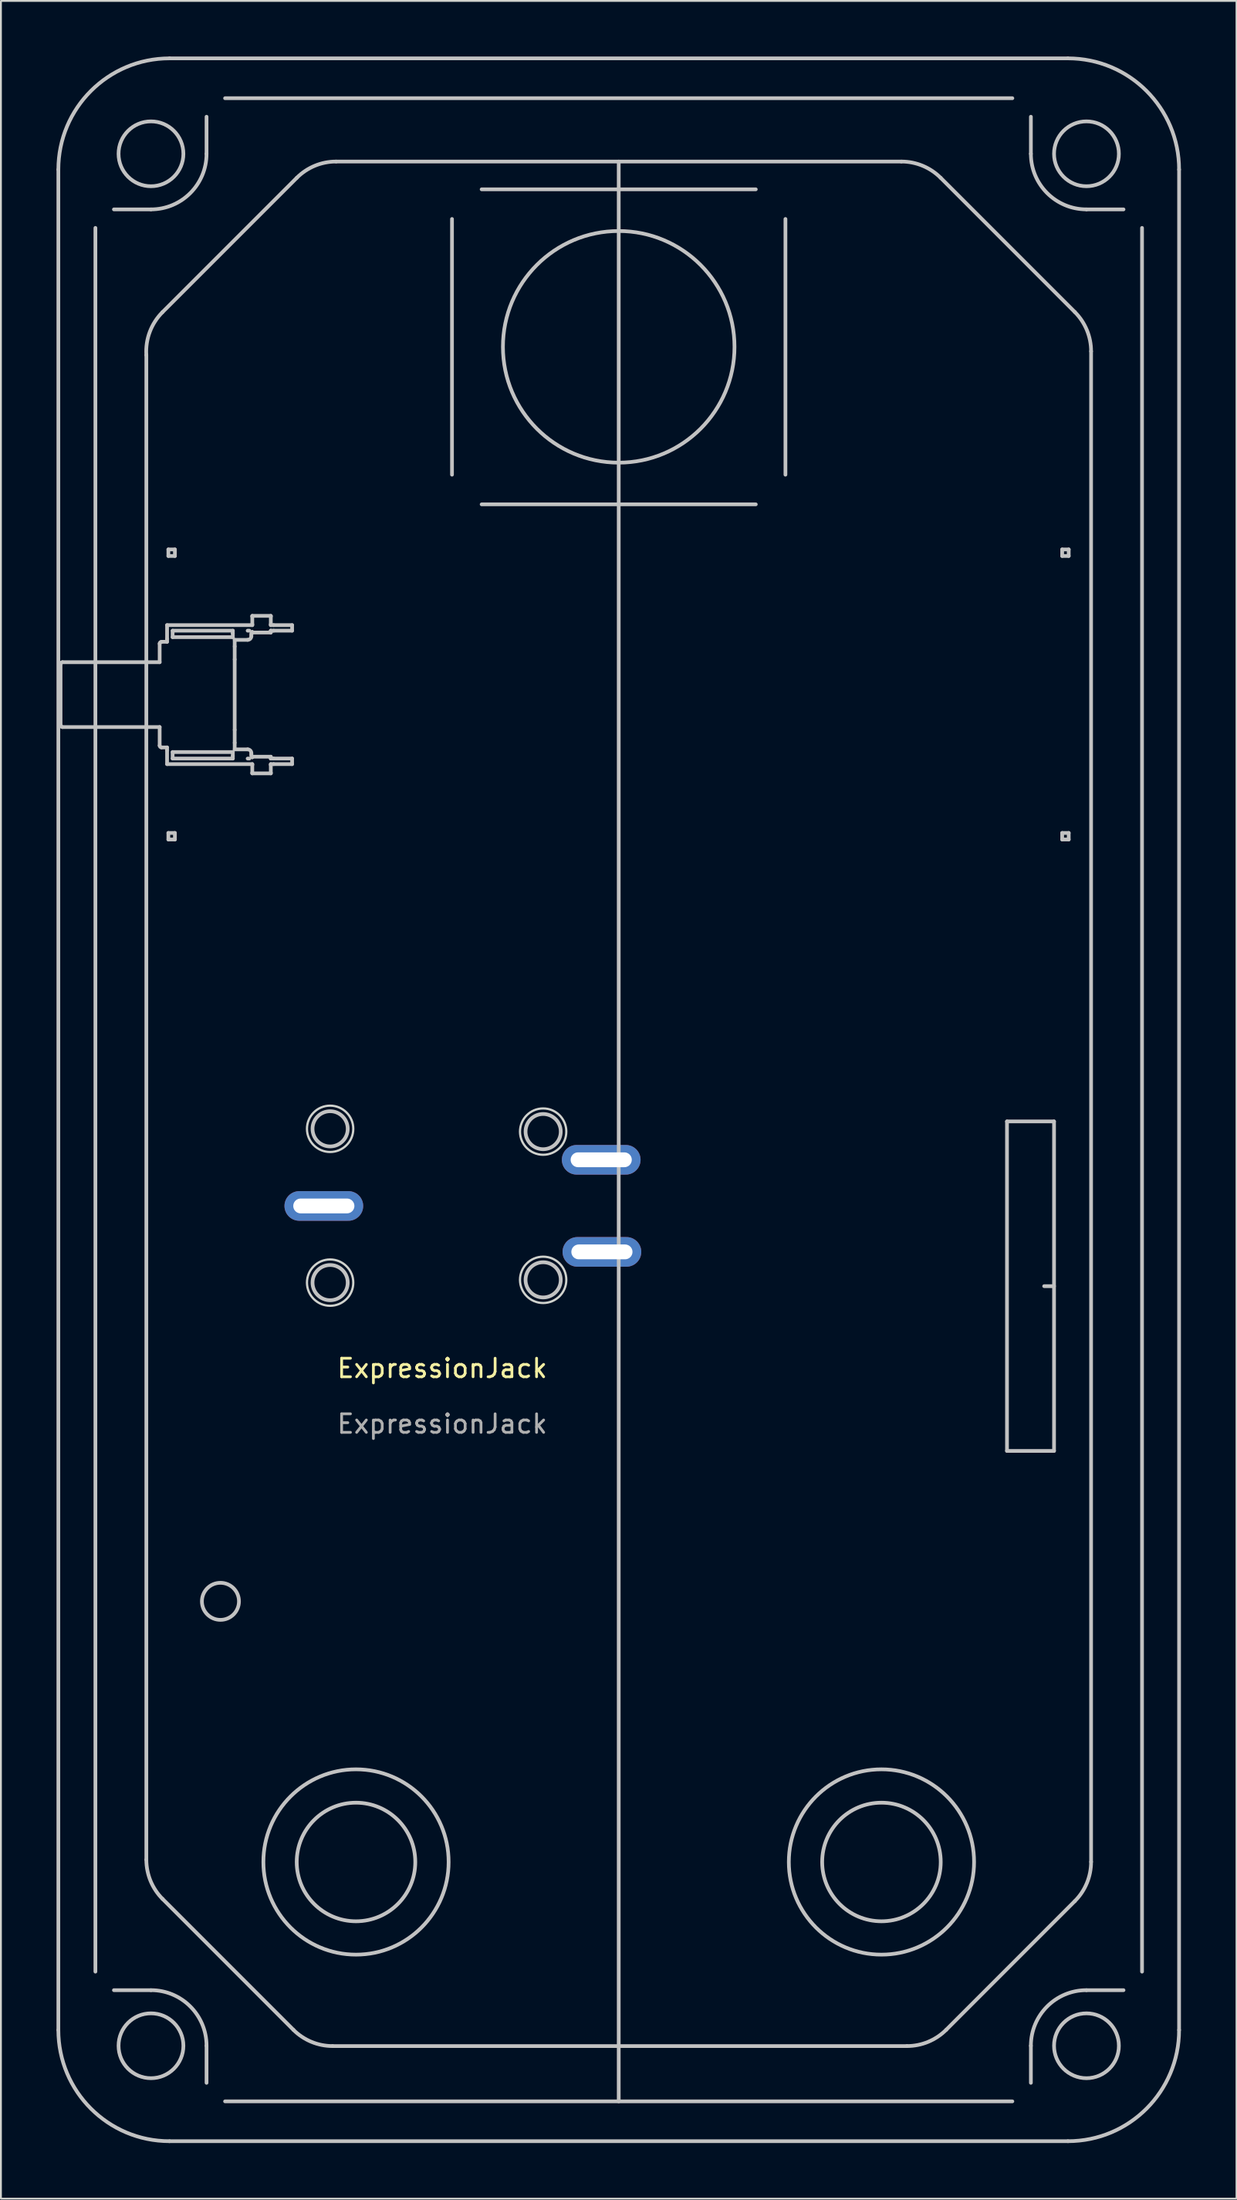
<source format=kicad_pcb>
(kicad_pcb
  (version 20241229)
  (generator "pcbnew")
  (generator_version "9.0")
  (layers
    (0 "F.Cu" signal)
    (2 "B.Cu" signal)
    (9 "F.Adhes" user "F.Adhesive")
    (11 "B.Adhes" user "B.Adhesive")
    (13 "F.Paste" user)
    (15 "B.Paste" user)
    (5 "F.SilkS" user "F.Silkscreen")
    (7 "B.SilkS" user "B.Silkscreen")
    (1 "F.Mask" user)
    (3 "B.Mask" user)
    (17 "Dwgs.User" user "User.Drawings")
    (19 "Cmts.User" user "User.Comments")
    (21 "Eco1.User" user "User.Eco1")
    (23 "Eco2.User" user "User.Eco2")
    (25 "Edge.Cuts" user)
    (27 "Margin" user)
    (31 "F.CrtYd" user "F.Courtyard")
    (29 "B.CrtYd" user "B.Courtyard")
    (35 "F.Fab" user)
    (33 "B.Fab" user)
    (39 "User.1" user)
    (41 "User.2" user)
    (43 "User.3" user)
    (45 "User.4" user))
  (footprint "ExpressionJack"
    (layer "F.Cu")
    (at 20.821 71.292)
    (property "Reference" "ExpressionJack" (at 0 -0.5 0) (unlocked yes) (layer "F.SilkS") (effects (font (size 1 1) (thickness 0.15))))
    (attr through_hole)
    (fp_line (start -20.721 -65.192) (end -20.721 35.208) (stroke (width 0.2) (type solid)) (layer "Dwgs.User"))
    (fp_line (start -20.602 -38.507) (end -20.602 -35.207) (stroke (width 0.2) (type solid)) (layer "Dwgs.User"))
    (fp_line (start -20.502 -38.607) (end -15.252 -38.607) (stroke (width 0.2) (type solid)) (layer "Dwgs.User"))
    (fp_line (start -20.502 -35.107) (end -15.252 -35.107) (stroke (width 0.2) (type solid)) (layer "Dwgs.User"))
    (fp_line (start -18.721 32.058) (end -18.721 -62.043) (stroke (width 0.2) (type solid)) (layer "Dwgs.User"))
    (fp_line (start -17.721 -63.042) (end -15.721 -63.042) (stroke (width 0.2) (type solid)) (layer "Dwgs.User"))
    (fp_line (start -15.971 -55.178) (end -15.971 26.017) (stroke (width 0.2) (type solid)) (layer "Dwgs.User"))
    (fp_line (start -15.721 33.058) (end -17.721 33.058) (stroke (width 0.2) (type solid)) (layer "Dwgs.User"))
    (fp_line (start -15.252 -38.607) (end -15.252 -39.607) (stroke (width 0.2) (type solid)) (layer "Dwgs.User"))
    (fp_line (start -15.252 -34.107) (end -15.252 -35.107) (stroke (width 0.2) (type solid)) (layer "Dwgs.User"))
    (fp_line (start -15.152 -39.707) (end -14.852 -39.707) (stroke (width 0.2) (type solid)) (layer "Dwgs.User"))
    (fp_line (start -15.152 -34.007) (end -14.852 -34.007) (stroke (width 0.2) (type solid)) (layer "Dwgs.User"))
    (fp_line (start -15.092 28.138) (end -8.035 35.195) (stroke (width 0.2) (type solid)) (layer "Dwgs.User"))
    (fp_line (start -14.852 -39.857) (end -14.852 -40.607) (stroke (width 0.2) (type solid)) (layer "Dwgs.User"))
    (fp_line (start -14.852 -39.857) (end -14.852 -39.707) (stroke (width 0.2) (type solid)) (layer "Dwgs.User"))
    (fp_line (start -14.852 -34.007) (end -14.852 -33.857) (stroke (width 0.2) (type solid)) (layer "Dwgs.User"))
    (fp_line (start -14.852 -33.107) (end -14.852 -33.857) (stroke (width 0.2) (type solid)) (layer "Dwgs.User"))
    (fp_line (start -14.852 -33.107) (end -10.252 -33.107) (stroke (width 0.2) (type solid)) (layer "Dwgs.User"))
    (fp_line (start -14.782 -44.691) (end -14.782 -44.338) (stroke (width 0.2) (type solid)) (layer "Dwgs.User"))
    (fp_line (start -14.782 -44.338) (end -14.429 -44.338) (stroke (width 0.2) (type solid)) (layer "Dwgs.User"))
    (fp_line (start -14.782 -29.391) (end -14.782 -29.038) (stroke (width 0.2) (type solid)) (layer "Dwgs.User"))
    (fp_line (start -14.782 -29.038) (end -14.429 -29.038) (stroke (width 0.2) (type solid)) (layer "Dwgs.User"))
    (fp_line (start -14.721 41.208) (end 33.779 41.208) (stroke (width 0.2) (type solid)) (layer "Dwgs.User"))
    (fp_line (start -14.552 -40.307) (end -14.552 -39.957) (stroke (width 0.2) (type solid)) (layer "Dwgs.User"))
    (fp_line (start -14.552 -39.957) (end -11.302 -39.957) (stroke (width 0.2) (type solid)) (layer "Dwgs.User"))
    (fp_line (start -14.552 -33.757) (end -14.552 -33.407) (stroke (width 0.2) (type solid)) (layer "Dwgs.User"))
    (fp_line (start -14.552 -33.407) (end -11.302 -33.407) (stroke (width 0.2) (type solid)) (layer "Dwgs.User"))
    (fp_line (start -14.429 -44.691) (end -14.782 -44.691) (stroke (width 0.2) (type solid)) (layer "Dwgs.User"))
    (fp_line (start -14.429 -44.338) (end -14.429 -44.691) (stroke (width 0.2) (type solid)) (layer "Dwgs.User"))
    (fp_line (start -14.429 -29.391) (end -14.782 -29.391) (stroke (width 0.2) (type solid)) (layer "Dwgs.User"))
    (fp_line (start -14.429 -29.038) (end -14.429 -29.391) (stroke (width 0.2) (type solid)) (layer "Dwgs.User"))
    (fp_line (start -12.721 -66.042) (end -12.721 -68.043) (stroke (width 0.2) (type solid)) (layer "Dwgs.User"))
    (fp_line (start -12.721 38.058) (end -12.721 36.058) (stroke (width 0.2) (type solid)) (layer "Dwgs.User"))
    (fp_line (start -11.721 -69.042) (end 30.779 -69.042) (stroke (width 0.2) (type solid)) (layer "Dwgs.User"))
    (fp_line (start -11.302 -40.307) (end -14.552 -40.307) (stroke (width 0.2) (type solid)) (layer "Dwgs.User"))
    (fp_line (start -11.302 -40.165) (end -11.302 -40.307) (stroke (width 0.2) (type solid)) (layer "Dwgs.User"))
    (fp_line (start -11.302 -39.957) (end -11.302 -40.165) (stroke (width 0.2) (type solid)) (layer "Dwgs.User"))
    (fp_line (start -11.302 -33.757) (end -14.552 -33.757) (stroke (width 0.2) (type solid)) (layer "Dwgs.User"))
    (fp_line (start -11.302 -33.55) (end -11.302 -33.757) (stroke (width 0.2) (type solid)) (layer "Dwgs.User"))
    (fp_line (start -11.302 -33.407) (end -11.302 -33.55) (stroke (width 0.2) (type solid)) (layer "Dwgs.User"))
    (fp_line (start -11.202 -39.812) (end -10.502 -39.812) (stroke (width 0.2) (type solid)) (layer "Dwgs.User"))
    (fp_line (start -11.202 -39.457) (end -11.202 -39.812) (stroke (width 0.2) (type solid)) (layer "Dwgs.User"))
    (fp_line (start -11.202 -38.757) (end -11.202 -39.457) (stroke (width 0.2) (type solid)) (layer "Dwgs.User"))
    (fp_line (start -11.202 -38.757) (end -11.202 -34.957) (stroke (width 0.2) (type solid)) (layer "Dwgs.User"))
    (fp_line (start -11.202 -34.257) (end -11.202 -34.957) (stroke (width 0.2) (type solid)) (layer "Dwgs.User"))
    (fp_line (start -11.202 -33.902) (end -11.202 -34.257) (stroke (width 0.2) (type solid)) (layer "Dwgs.User"))
    (fp_line (start -11.202 -33.902) (end -10.502 -33.902) (stroke (width 0.2) (type solid)) (layer "Dwgs.User"))
    (fp_line (start -10.502 -33.407) (end -10.407 -33.407) (stroke (width 0.2) (type solid)) (layer "Dwgs.User"))
    (fp_line (start -10.407 -40.307) (end -10.502 -40.307) (stroke (width 0.2) (type solid)) (layer "Dwgs.User"))
    (fp_line (start -10.302 -40.012) (end -10.302 -40.107) (stroke (width 0.2) (type solid)) (layer "Dwgs.User"))
    (fp_line (start -10.302 -33.607) (end -10.302 -33.702) (stroke (width 0.2) (type solid)) (layer "Dwgs.User"))
    (fp_line (start -10.252 -41.07) (end -10.252 -41.107) (stroke (width 0.2) (type solid)) (layer "Dwgs.User"))
    (fp_line (start -10.252 -40.654) (end -10.252 -41.07) (stroke (width 0.2) (type solid)) (layer "Dwgs.User"))
    (fp_line (start -10.252 -40.607) (end -14.852 -40.607) (stroke (width 0.2) (type solid)) (layer "Dwgs.User"))
    (fp_line (start -10.252 -40.607) (end -10.252 -40.654) (stroke (width 0.2) (type solid)) (layer "Dwgs.User"))
    (fp_line (start -10.252 -40.207) (end -10.252 -40.239) (stroke (width 0.2) (type solid)) (layer "Dwgs.User"))
    (fp_line (start -10.252 -40.207) (end -9.252 -40.207) (stroke (width 0.2) (type solid)) (layer "Dwgs.User"))
    (fp_line (start -10.252 -33.507) (end -9.252 -33.507) (stroke (width 0.2) (type solid)) (layer "Dwgs.User"))
    (fp_line (start -10.252 -33.475) (end -10.252 -33.507) (stroke (width 0.2) (type solid)) (layer "Dwgs.User"))
    (fp_line (start -10.252 -33.06) (end -10.252 -33.107) (stroke (width 0.2) (type solid)) (layer "Dwgs.User"))
    (fp_line (start -10.252 -32.645) (end -10.252 -33.06) (stroke (width 0.2) (type solid)) (layer "Dwgs.User"))
    (fp_line (start -10.252 -32.607) (end -10.252 -32.645) (stroke (width 0.2) (type solid)) (layer "Dwgs.User"))
    (fp_line (start -9.252 -41.107) (end -10.252 -41.107) (stroke (width 0.2) (type solid)) (layer "Dwgs.User"))
    (fp_line (start -9.252 -41.07) (end -9.252 -41.107) (stroke (width 0.2) (type solid)) (layer "Dwgs.User"))
    (fp_line (start -9.252 -40.654) (end -9.252 -41.07) (stroke (width 0.2) (type solid)) (layer "Dwgs.User"))
    (fp_line (start -9.252 -40.607) (end -9.252 -40.654) (stroke (width 0.2) (type solid)) (layer "Dwgs.User"))
    (fp_line (start -9.252 -40.307) (end -9.101 -40.307) (stroke (width 0.2) (type solid)) (layer "Dwgs.User"))
    (fp_line (start -9.252 -40.305) (end -9.252 -40.307) (stroke (width 0.2) (type solid)) (layer "Dwgs.User"))
    (fp_line (start -9.252 -40.207) (end -9.252 -40.305) (stroke (width 0.2) (type solid)) (layer "Dwgs.User"))
    (fp_line (start -9.252 -33.409) (end -9.252 -33.507) (stroke (width 0.2) (type solid)) (layer "Dwgs.User"))
    (fp_line (start -9.252 -33.407) (end -9.252 -33.409) (stroke (width 0.2) (type solid)) (layer "Dwgs.User"))
    (fp_line (start -9.252 -33.107) (end -9.101 -33.107) (stroke (width 0.2) (type solid)) (layer "Dwgs.User"))
    (fp_line (start -9.252 -33.06) (end -9.252 -33.107) (stroke (width 0.2) (type solid)) (layer "Dwgs.User"))
    (fp_line (start -9.252 -32.645) (end -9.252 -33.06) (stroke (width 0.2) (type solid)) (layer "Dwgs.User"))
    (fp_line (start -9.252 -32.607) (end -10.252 -32.607) (stroke (width 0.2) (type solid)) (layer "Dwgs.User"))
    (fp_line (start -9.252 -32.607) (end -9.252 -32.645) (stroke (width 0.2) (type solid)) (layer "Dwgs.User"))
    (fp_line (start -9.101 -40.607) (end -9.252 -40.607) (stroke (width 0.2) (type solid)) (layer "Dwgs.User"))
    (fp_line (start -9.101 -33.407) (end -9.252 -33.407) (stroke (width 0.2) (type solid)) (layer "Dwgs.User"))
    (fp_line (start -9.101 -33.407) (end -8.102 -33.407) (stroke (width 0.2) (type solid)) (layer "Dwgs.User"))
    (fp_line (start -9.101 -33.107) (end -8.102 -33.107) (stroke (width 0.2) (type solid)) (layer "Dwgs.User"))
    (fp_line (start -8.102 -40.607) (end -9.101 -40.607) (stroke (width 0.2) (type solid)) (layer "Dwgs.User"))
    (fp_line (start -8.102 -40.607) (end -8.102 -40.307) (stroke (width 0.2) (type solid)) (layer "Dwgs.User"))
    (fp_line (start -8.102 -40.307) (end -9.101 -40.307) (stroke (width 0.2) (type solid)) (layer "Dwgs.User"))
    (fp_line (start -8.102 -33.107) (end -8.102 -33.407) (stroke (width 0.2) (type solid)) (layer "Dwgs.User"))
    (fp_line (start -7.85 -64.746) (end -15.099 -57.497) (stroke (width 0.2) (type solid)) (layer "Dwgs.User"))
    (fp_line (start -7.4 -9.525) (end -7.4 -9.025) (stroke (width 0.2) (type solid)) (layer "Dwgs.User"))
    (fp_line (start -7.4 -9.025) (end -5.4 -9.025) (stroke (width 0.2) (type solid)) (layer "Dwgs.User"))
    (fp_line (start -5.914 36.074) (end 25.086 36.074) (stroke (width 0.2) (type solid)) (layer "Dwgs.User"))
    (fp_line (start -5.4 -9.525) (end -7.4 -9.525) (stroke (width 0.2) (type solid)) (layer "Dwgs.User"))
    (fp_line (start -5.4 -9.025) (end -5.4 -9.525) (stroke (width 0.2) (type solid)) (layer "Dwgs.User"))
    (fp_line (start 0.529 -62.525) (end 0.529 -48.725) (stroke (width 0.2) (type solid)) (layer "Dwgs.User"))
    (fp_line (start 2.129 -64.125) (end 16.929 -64.125) (stroke (width 0.2) (type solid)) (layer "Dwgs.User"))
    (fp_line (start 7.4 -11.95) (end 7.4 -11.6) (stroke (width 0.2) (type solid)) (layer "Dwgs.User"))
    (fp_line (start 7.4 -11.6) (end 7.75 -11.6) (stroke (width 0.2) (type solid)) (layer "Dwgs.User"))
    (fp_line (start 7.4 -6.95) (end 7.4 -6.6) (stroke (width 0.2) (type solid)) (layer "Dwgs.User"))
    (fp_line (start 7.4 -6.6) (end 7.75 -6.6) (stroke (width 0.2) (type solid)) (layer "Dwgs.User"))
    (fp_line (start 7.75 -11.95) (end 7.4 -11.95) (stroke (width 0.2) (type solid)) (layer "Dwgs.User"))
    (fp_line (start 7.75 -11.95) (end 7.75 -11.6) (stroke (width 0.2) (type solid)) (layer "Dwgs.User"))
    (fp_line (start 7.75 -11.6) (end 7.75 -11.95) (stroke (width 0.2) (type solid)) (layer "Dwgs.User"))
    (fp_line (start 7.75 -11.6) (end 8.25 -11.6) (stroke (width 0.2) (type solid)) (layer "Dwgs.User"))
    (fp_line (start 7.75 -6.95) (end 7.4 -6.95) (stroke (width 0.2) (type solid)) (layer "Dwgs.User"))
    (fp_line (start 7.75 -6.95) (end 7.75 -6.6) (stroke (width 0.2) (type solid)) (layer "Dwgs.User"))
    (fp_line (start 7.75 -6.6) (end 7.75 -6.95) (stroke (width 0.2) (type solid)) (layer "Dwgs.User"))
    (fp_line (start 7.75 -6.6) (end 8.25 -6.6) (stroke (width 0.2) (type solid)) (layer "Dwgs.User"))
    (fp_line (start 8.25 -11.95) (end 7.75 -11.95) (stroke (width 0.2) (type solid)) (layer "Dwgs.User"))
    (fp_line (start 8.25 -11.95) (end 8.25 -11.6) (stroke (width 0.2) (type solid)) (layer "Dwgs.User"))
    (fp_line (start 8.25 -11.6) (end 8.25 -11.95) (stroke (width 0.2) (type solid)) (layer "Dwgs.User"))
    (fp_line (start 8.25 -11.6) (end 8.35 -11.6) (stroke (width 0.2) (type solid)) (layer "Dwgs.User"))
    (fp_line (start 8.25 -6.95) (end 7.75 -6.95) (stroke (width 0.2) (type solid)) (layer "Dwgs.User"))
    (fp_line (start 8.25 -6.95) (end 8.25 -6.6) (stroke (width 0.2) (type solid)) (layer "Dwgs.User"))
    (fp_line (start 8.25 -6.6) (end 8.25 -6.95) (stroke (width 0.2) (type solid)) (layer "Dwgs.User"))
    (fp_line (start 8.25 -6.6) (end 8.35 -6.6) (stroke (width 0.2) (type solid)) (layer "Dwgs.User"))
    (fp_line (start 8.35 -11.95) (end 8.25 -11.95) (stroke (width 0.2) (type solid)) (layer "Dwgs.User"))
    (fp_line (start 8.35 -11.95) (end 8.35 -11.6) (stroke (width 0.2) (type solid)) (layer "Dwgs.User"))
    (fp_line (start 8.35 -11.6) (end 8.35 -11.95) (stroke (width 0.2) (type solid)) (layer "Dwgs.User"))
    (fp_line (start 8.35 -11.6) (end 8.85 -11.6) (stroke (width 0.2) (type solid)) (layer "Dwgs.User"))
    (fp_line (start 8.35 -6.95) (end 8.25 -6.95) (stroke (width 0.2) (type solid)) (layer "Dwgs.User"))
    (fp_line (start 8.35 -6.95) (end 8.35 -6.6) (stroke (width 0.2) (type solid)) (layer "Dwgs.User"))
    (fp_line (start 8.35 -6.6) (end 8.35 -6.95) (stroke (width 0.2) (type solid)) (layer "Dwgs.User"))
    (fp_line (start 8.35 -6.6) (end 8.85 -6.6) (stroke (width 0.2) (type solid)) (layer "Dwgs.User"))
    (fp_line (start 8.85 -11.95) (end 8.35 -11.95) (stroke (width 0.2) (type solid)) (layer "Dwgs.User"))
    (fp_line (start 8.85 -11.95) (end 8.85 -11.6) (stroke (width 0.2) (type solid)) (layer "Dwgs.User"))
    (fp_line (start 8.85 -11.6) (end 8.85 -11.95) (stroke (width 0.2) (type solid)) (layer "Dwgs.User"))
    (fp_line (start 8.85 -11.6) (end 8.95 -11.6) (stroke (width 0.2) (type solid)) (layer "Dwgs.User"))
    (fp_line (start 8.85 -6.95) (end 8.35 -6.95) (stroke (width 0.2) (type solid)) (layer "Dwgs.User"))
    (fp_line (start 8.85 -6.95) (end 8.85 -6.6) (stroke (width 0.2) (type solid)) (layer "Dwgs.User"))
    (fp_line (start 8.85 -6.6) (end 8.85 -6.95) (stroke (width 0.2) (type solid)) (layer "Dwgs.User"))
    (fp_line (start 8.85 -6.6) (end 8.95 -6.6) (stroke (width 0.2) (type solid)) (layer "Dwgs.User"))
    (fp_line (start 8.95 -11.95) (end 8.85 -11.95) (stroke (width 0.2) (type solid)) (layer "Dwgs.User"))
    (fp_line (start 8.95 -11.95) (end 8.95 -11.6) (stroke (width 0.2) (type solid)) (layer "Dwgs.User"))
    (fp_line (start 8.95 -11.6) (end 8.95 -11.95) (stroke (width 0.2) (type solid)) (layer "Dwgs.User"))
    (fp_line (start 8.95 -11.6) (end 9.45 -11.6) (stroke (width 0.2) (type solid)) (layer "Dwgs.User"))
    (fp_line (start 8.95 -6.95) (end 8.85 -6.95) (stroke (width 0.2) (type solid)) (layer "Dwgs.User"))
    (fp_line (start 8.95 -6.95) (end 8.95 -6.6) (stroke (width 0.2) (type solid)) (layer "Dwgs.User"))
    (fp_line (start 8.95 -6.6) (end 8.95 -6.95) (stroke (width 0.2) (type solid)) (layer "Dwgs.User"))
    (fp_line (start 8.95 -6.6) (end 9.45 -6.6) (stroke (width 0.2) (type solid)) (layer "Dwgs.User"))
    (fp_line (start 9.45 -11.95) (end 8.95 -11.95) (stroke (width 0.2) (type solid)) (layer "Dwgs.User"))
    (fp_line (start 9.45 -11.95) (end 9.45 -11.6) (stroke (width 0.2) (type solid)) (layer "Dwgs.User"))
    (fp_line (start 9.45 -11.6) (end 9.45 -11.95) (stroke (width 0.2) (type solid)) (layer "Dwgs.User"))
    (fp_line (start 9.45 -11.6) (end 9.8 -11.6) (stroke (width 0.2) (type solid)) (layer "Dwgs.User"))
    (fp_line (start 9.45 -6.95) (end 8.95 -6.95) (stroke (width 0.2) (type solid)) (layer "Dwgs.User"))
    (fp_line (start 9.45 -6.95) (end 9.45 -6.6) (stroke (width 0.2) (type solid)) (layer "Dwgs.User"))
    (fp_line (start 9.45 -6.6) (end 9.45 -6.95) (stroke (width 0.2) (type solid)) (layer "Dwgs.User"))
    (fp_line (start 9.45 -6.6) (end 9.8 -6.6) (stroke (width 0.2) (type solid)) (layer "Dwgs.User"))
    (fp_line (start 9.529 39.058) (end 9.529 -65.625) (stroke (width 0.2) (type solid)) (layer "Dwgs.User"))
    (fp_line (start 9.8 -11.95) (end 9.45 -11.95) (stroke (width 0.2) (type solid)) (layer "Dwgs.User"))
    (fp_line (start 9.8 -11.6) (end 9.8 -11.95) (stroke (width 0.2) (type solid)) (layer "Dwgs.User"))
    (fp_line (start 9.8 -6.95) (end 9.45 -6.95) (stroke (width 0.2) (type solid)) (layer "Dwgs.User"))
    (fp_line (start 9.8 -6.6) (end 9.8 -6.95) (stroke (width 0.2) (type solid)) (layer "Dwgs.User"))
    (fp_line (start 16.929 -47.125) (end 2.129 -47.125) (stroke (width 0.2) (type solid)) (layer "Dwgs.User"))
    (fp_line (start 18.529 -48.725) (end 18.529 -62.525) (stroke (width 0.2) (type solid)) (layer "Dwgs.User"))
    (fp_line (start 24.786 -65.625) (end -5.728 -65.625) (stroke (width 0.2) (type solid)) (layer "Dwgs.User"))
    (fp_line (start 27.208 35.195) (end 34.15 28.253) (stroke (width 0.2) (type solid)) (layer "Dwgs.User"))
    (fp_line (start 30.489 -13.824) (end 30.489 3.956) (stroke (width 0.2) (type solid)) (layer "Dwgs.User"))
    (fp_line (start 30.489 3.956) (end 33.029 3.956) (stroke (width 0.2) (type solid)) (layer "Dwgs.User"))
    (fp_line (start 30.779 39.058) (end -11.721 39.058) (stroke (width 0.2) (type solid)) (layer "Dwgs.User"))
    (fp_line (start 31.779 -68.043) (end 31.779 -66.042) (stroke (width 0.2) (type solid)) (layer "Dwgs.User"))
    (fp_line (start 31.779 36.058) (end 31.779 38.058) (stroke (width 0.2) (type solid)) (layer "Dwgs.User"))
    (fp_line (start 33.029 -13.824) (end 30.489 -13.824) (stroke (width 0.2) (type solid)) (layer "Dwgs.User"))
    (fp_line (start 33.029 -4.934) (end 32.495 -4.934) (stroke (width 0.2) (type solid)) (layer "Dwgs.User"))
    (fp_line (start 33.029 3.956) (end 33.029 -13.824) (stroke (width 0.2) (type solid)) (layer "Dwgs.User"))
    (fp_line (start 33.468 -44.691) (end 33.468 -44.338) (stroke (width 0.2) (type solid)) (layer "Dwgs.User"))
    (fp_line (start 33.468 -44.338) (end 33.821 -44.338) (stroke (width 0.2) (type solid)) (layer "Dwgs.User"))
    (fp_line (start 33.468 -29.391) (end 33.468 -29.038) (stroke (width 0.2) (type solid)) (layer "Dwgs.User"))
    (fp_line (start 33.468 -29.038) (end 33.821 -29.038) (stroke (width 0.2) (type solid)) (layer "Dwgs.User"))
    (fp_line (start 33.779 -71.192) (end -14.721 -71.192) (stroke (width 0.2) (type solid)) (layer "Dwgs.User"))
    (fp_line (start 33.821 -44.691) (end 33.468 -44.691) (stroke (width 0.2) (type solid)) (layer "Dwgs.User"))
    (fp_line (start 33.821 -44.338) (end 33.821 -44.691) (stroke (width 0.2) (type solid)) (layer "Dwgs.User"))
    (fp_line (start 33.821 -29.391) (end 33.468 -29.391) (stroke (width 0.2) (type solid)) (layer "Dwgs.User"))
    (fp_line (start 33.821 -29.038) (end 33.821 -29.391) (stroke (width 0.2) (type solid)) (layer "Dwgs.User"))
    (fp_line (start 34.15 -57.504) (end 26.908 -64.746) (stroke (width 0.2) (type solid)) (layer "Dwgs.User"))
    (fp_line (start 34.779 -63.042) (end 36.779 -63.042) (stroke (width 0.2) (type solid)) (layer "Dwgs.User"))
    (fp_line (start 35.029 26.131) (end 35.029 -55.382) (stroke (width 0.2) (type solid)) (layer "Dwgs.User"))
    (fp_line (start 36.779 33.058) (end 34.779 33.058) (stroke (width 0.2) (type solid)) (layer "Dwgs.User"))
    (fp_line (start 37.779 -62.043) (end 37.779 32.058) (stroke (width 0.2) (type solid)) (layer "Dwgs.User"))
    (fp_line (start 39.779 35.208) (end 39.779 -65.192) (stroke (width 0.2) (type solid)) (layer "Dwgs.User"))
    (fp_arc (start -20.720936 -65.192462) (mid -18.963577 -69.435103) (end -14.720936 -71.192462) (stroke (width 0.2) (type solid)) (layer "Dwgs.User"))
    (fp_arc (start -20.602444 -38.507138) (mid -20.573156 -38.577851) (end -20.502444 -38.607138) (stroke (width 0.2) (type solid)) (layer "Dwgs.User"))
    (fp_arc (start -20.502444 -35.107138) (mid -20.573153 -35.136429) (end -20.602444 -35.207138) (stroke (width 0.2) (type solid)) (layer "Dwgs.User"))
    (fp_arc (start -15.970936 -55.177845) (mid -15.785483 -56.431693) (end -15.09879 -57.497048) (stroke (width 0.2) (type solid)) (layer "Dwgs.User"))
    (fp_arc (start -15.720936 33.057538) (mid -13.599618 33.936219) (end -12.720936 36.057538) (stroke (width 0.2) (type solid)) (layer "Dwgs.User"))
    (fp_arc (start -15.252444 -39.607138) (mid -15.223144 -39.67784) (end -15.152444 -39.707138) (stroke (width 0.2) (type solid)) (layer "Dwgs.User"))
    (fp_arc (start -15.152444 -34.007138) (mid -15.223113 -34.036445) (end -15.252444 -34.107138) (stroke (width 0.2) (type solid)) (layer "Dwgs.User"))
    (fp_arc (start -15.092257 28.138012) (mid -15.742576 27.164742) (end -15.970936 26.016692) (stroke (width 0.2) (type solid)) (layer "Dwgs.User"))
    (fp_arc (start -14.720936 41.207538) (mid -18.963576 39.450178) (end -20.720936 35.207538) (stroke (width 0.2) (type solid)) (layer "Dwgs.User"))
    (fp_arc (start -12.720936 -66.042462) (mid -13.599615 -63.921139) (end -15.720936 -63.042462) (stroke (width 0.2) (type solid)) (layer "Dwgs.User"))
    (fp_arc (start -10.502444 -33.902138) (mid -10.360981 -33.843577) (end -10.302444 -33.702138) (stroke (width 0.2) (type solid)) (layer "Dwgs.User"))
    (fp_arc (start -10.302444 -40.012138) (mid -10.361012 -39.870708) (end -10.502444 -39.812138) (stroke (width 0.2) (type solid)) (layer "Dwgs.User"))
    (fp_arc (start -7.849616 -64.746223) (mid -6.876346 -65.396539) (end -5.728296 -65.624902) (stroke (width 0.2) (type solid)) (layer "Dwgs.User"))
    (fp_arc (start -5.913577 36.074051) (mid -7.061629 35.845694) (end -8.034897 35.195372) (stroke (width 0.2) (type solid)) (layer "Dwgs.User"))
    (fp_arc (start 24.786423 -65.624902) (mid 25.934468 -65.396533) (end 26.907743 -64.746223) (stroke (width 0.2) (type solid)) (layer "Dwgs.User"))
    (fp_arc (start 27.207743 35.195372) (mid 26.234477 35.845708) (end 25.086423 36.074051) (stroke (width 0.2) (type solid)) (layer "Dwgs.User"))
    (fp_arc (start 31.779064 36.057538) (mid 32.657728 33.93618) (end 34.779064 33.057538) (stroke (width 0.2) (type solid)) (layer "Dwgs.User"))
    (fp_arc (start 33.779064 -71.192462) (mid 38.021703 -69.435101) (end 39.779064 -65.192462) (stroke (width 0.2) (type solid)) (layer "Dwgs.User"))
    (fp_arc (start 34.150384 -57.503582) (mid 34.800697 -56.530312) (end 35.029064 -55.382262) (stroke (width 0.2) (type solid)) (layer "Dwgs.User"))
    (fp_arc (start 34.779064 -63.042462) (mid 32.657742 -63.92114) (end 31.779064 -66.042462) (stroke (width 0.2) (type solid)) (layer "Dwgs.User"))
    (fp_arc (start 35.029064 26.131411) (mid 34.800697 27.279457) (end 34.150384 28.252731) (stroke (width 0.2) (type solid)) (layer "Dwgs.User"))
    (fp_arc (start 39.779064 35.207538) (mid 38.021706 39.450181) (end 33.779064 41.207538) (stroke (width 0.2) (type solid)) (layer "Dwgs.User"))
    (fp_circle (center -15.721 -66.042) (end -13.971 -66.042) (stroke (width 0.2) (type solid)) (fill no) (layer "Dwgs.User"))
    (fp_circle (center -15.721 36.058) (end -13.971 36.058) (stroke (width 0.2) (type solid)) (fill no) (layer "Dwgs.User"))
    (fp_circle (center -11.971 12.074) (end -10.971 12.074) (stroke (width 0.2) (type solid)) (fill no) (layer "Dwgs.User"))
    (fp_circle (center -6.05 -13.425) (end -5.1 -13.425) (stroke (width 0.2) (type solid)) (fill no) (layer "Dwgs.User"))
    (fp_circle (center -6.05 -5.125) (end -5.1 -5.125) (stroke (width 0.2) (type solid)) (fill no) (layer "Dwgs.User"))
    (fp_circle (center -4.653 26.14) (end -1.453 26.14) (stroke (width 0.2) (type solid)) (fill no) (layer "Dwgs.User"))
    (fp_circle (center -4.653 26.14) (end 0.347 26.14) (stroke (width 0.2) (type solid)) (fill no) (layer "Dwgs.User"))
    (fp_circle (center 5.45 -13.275) (end 6.4 -13.275) (stroke (width 0.2) (type solid)) (fill no) (layer "Dwgs.User"))
    (fp_circle (center 5.45 -5.275) (end 6.4 -5.275) (stroke (width 0.2) (type solid)) (fill no) (layer "Dwgs.User"))
    (fp_circle (center 9.529 -55.625) (end 15.779 -55.625) (stroke (width 0.2) (type solid)) (fill no) (layer "Dwgs.User"))
    (fp_circle (center 23.712 26.14) (end 26.912 26.14) (stroke (width 0.2) (type solid)) (fill no) (layer "Dwgs.User"))
    (fp_circle (center 23.712 26.14) (end 28.712 26.14) (stroke (width 0.2) (type solid)) (fill no) (layer "Dwgs.User"))
    (fp_circle (center 34.779 -66.042) (end 36.529 -66.042) (stroke (width 0.2) (type solid)) (fill no) (layer "Dwgs.User"))
    (fp_circle (center 34.779 36.058) (end 36.529 36.058) (stroke (width 0.2) (type solid)) (fill no) (layer "Dwgs.User"))
    (fp_curve (pts (xy -10.302 -40.107) (xy -10.302 -40.129) (xy -10.299 -40.15) (xy -10.292 -40.171)) (stroke (width 0.2) (type solid)) (layer "Dwgs.User"))
    (fp_curve (pts (xy -10.294 -33.549) (xy -10.3 -33.568) (xy -10.302 -33.588) (xy -10.302 -33.607)) (stroke (width 0.2) (type solid)) (layer "Dwgs.User"))
    (fp_curve (pts (xy -10.292 -40.171) (xy -10.285 -40.191) (xy -10.275 -40.21) (xy -10.263 -40.227)) (stroke (width 0.2) (type solid)) (layer "Dwgs.User"))
    (fp_curve (pts (xy -10.266 -33.492) (xy -10.278 -33.509) (xy -10.288 -33.529) (xy -10.294 -33.549)) (stroke (width 0.2) (type solid)) (layer "Dwgs.User"))
    (fp_curve (pts (xy -10.263 -40.227) (xy -10.259 -40.231) (xy -10.256 -40.235) (xy -10.252 -40.239)) (stroke (width 0.2) (type solid)) (layer "Dwgs.User"))
    (fp_curve (pts (xy -10.252 -33.475) (xy -10.257 -33.48) (xy -10.262 -33.486) (xy -10.266 -33.492)) (stroke (width 0.2) (type solid)) (layer "Dwgs.User"))
    (fp_circle (center -6.05 -13.425) (end -4.8 -13.425) (stroke (width 0.12) (type solid)) (fill no) (layer "Edge.Cuts"))
    (fp_circle (center -6.05 -5.125) (end -4.8 -5.125) (stroke (width 0.12) (type solid)) (fill no) (layer "Edge.Cuts"))
    (fp_circle (center 5.45 -13.275) (end 6.7 -13.275) (stroke (width 0.12) (type solid)) (fill no) (layer "Edge.Cuts"))
    (fp_circle (center 5.45 -5.275) (end 6.7 -5.275) (stroke (width 0.12) (type solid)) (fill no) (layer "Edge.Cuts"))
    (fp_text user "${REFERENCE}" (at 0 2.5 0) (unlocked yes) (layer "F.Fab") (effects (font (size 1 1) (thickness 0.15))))
    (pad "R" thru_hole oval (at 8.622 -6.784 90) (size 1.6 4.25) (drill oval 0.8 3.3) (layers "*.Cu" "*.Mask"))
    (pad "S" thru_hole oval (at -6.39 -9.263 90) (size 1.6 4.25) (drill oval 0.8 3.3) (layers "*.Cu" "*.Mask"))
    (pad "T" thru_hole oval (at 8.584 -11.754 90) (size 1.6 4.25) (drill oval 0.8 3.3) (layers "*.Cu" "*.Mask")))
  (gr_rect
    (start -3 -3)
    (end 63.7 115.6)
    (stroke (width 0.1) (type default))
    (fill no)
    (layer "Edge.Cuts")))
</source>
